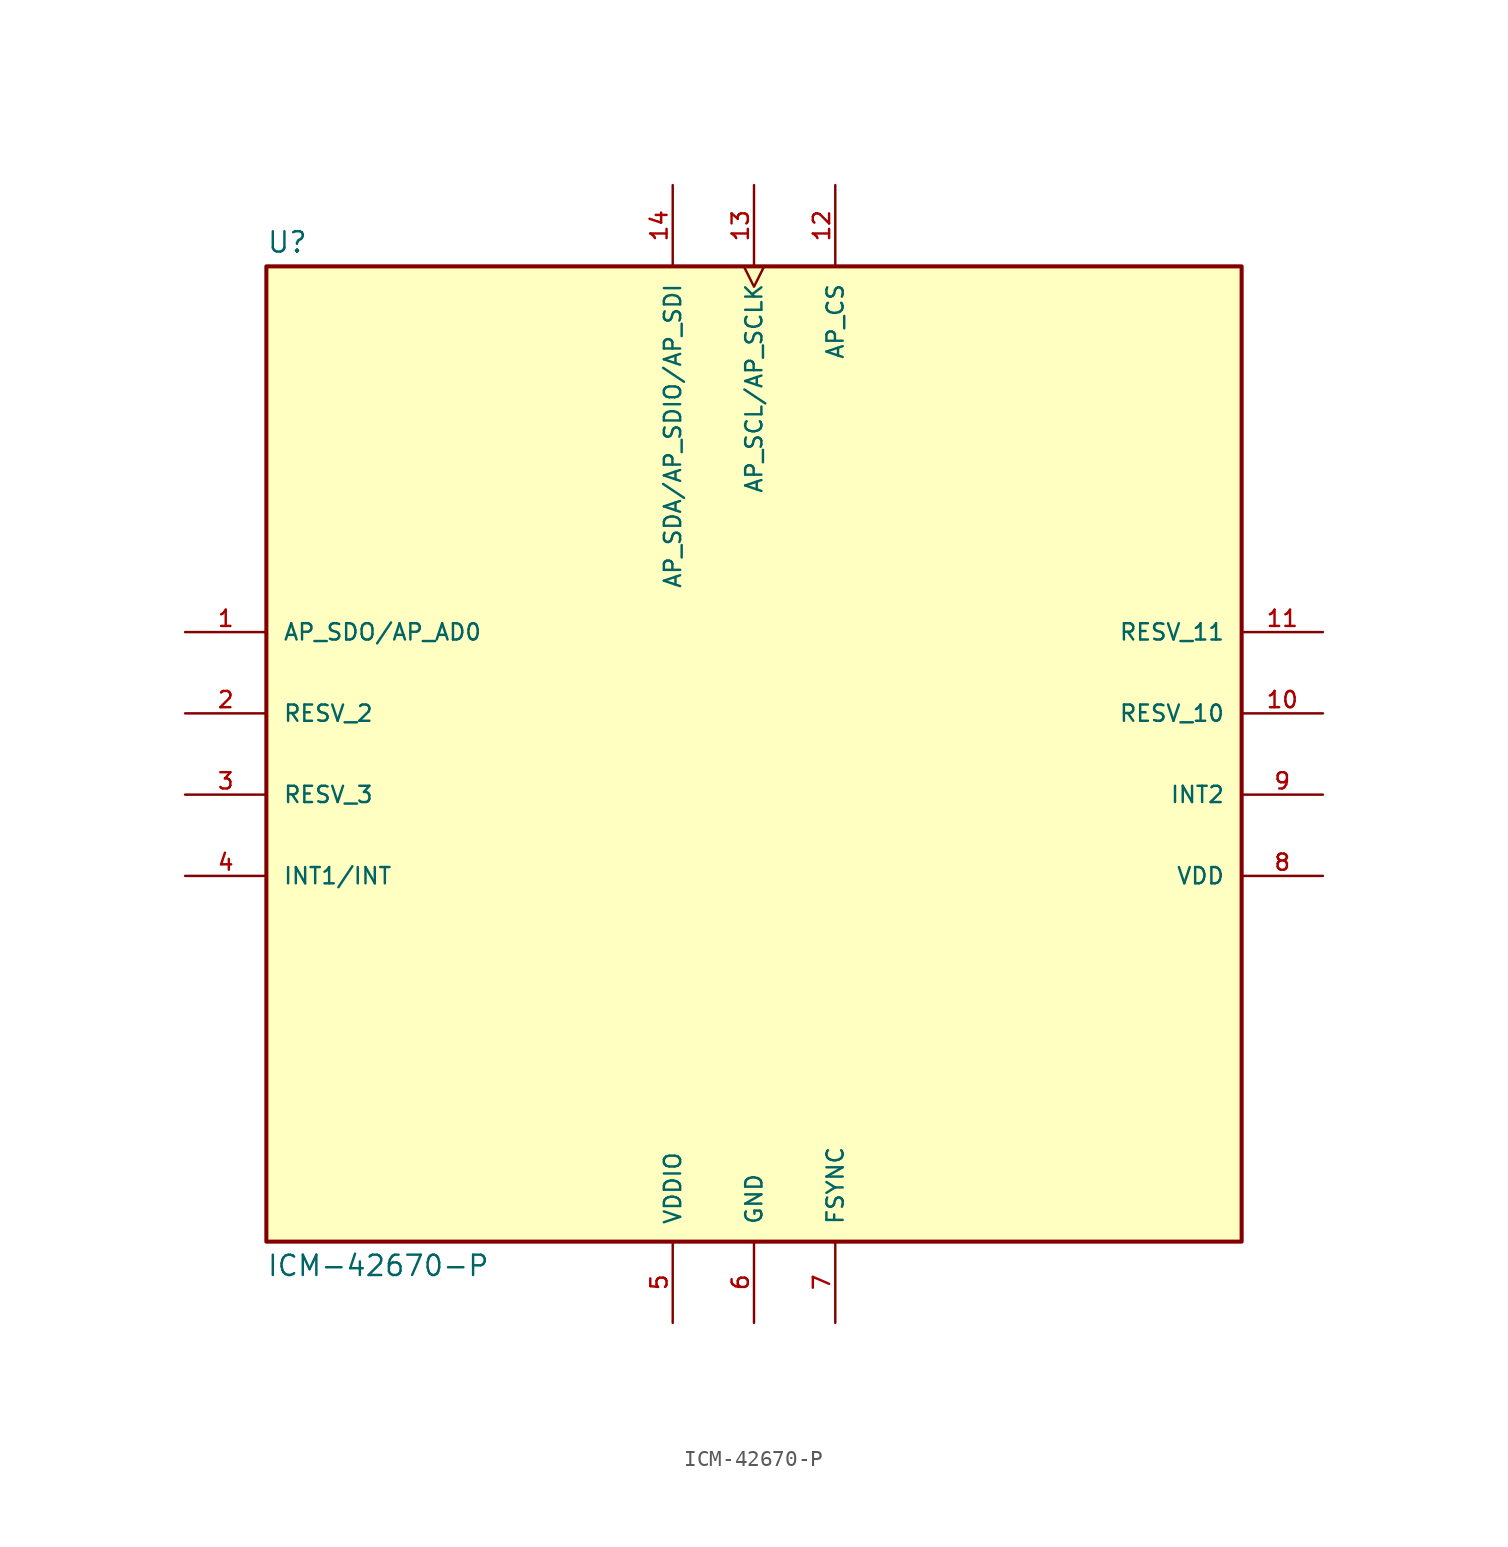
<source format=kicad_sym>
(kicad_symbol_lib
  (version 20211014)
  (generator kicad_symbol_editor)
  (symbol "ICM-42670-P"
    (pin_names
      (offset 1.016))
    (property "Reference" "U"
      (at -30.48 31.242 0)
      (effects (font (size 1.27 1.27)) (justify bottom left)))
    (property "Value" "ICM-42670-P"
      (at -30.48 -31.242 0)
      (effects (font (size 1.27 1.27)) (justify top left)))
    (symbol "ICM-42670-P_0_0"
      (rectangle (start -30.48 -30.48) (end 30.48 30.48) (stroke (width 0.254)) (fill (type background)))
      (pin bidirectional line (at -35.56 7.62 0) (length 5.08) (name "AP_SDO/AP_AD0" (effects (font (size 1.016 1.016)))) (number "1" (effects (font (size 1.016 1.016)))))
      (pin passive line (at -35.56 2.54 0) (length 5.08) (name "RESV_2" (effects (font (size 1.016 1.016)))) (number "2" (effects (font (size 1.016 1.016)))))
      (pin output line (at -35.56 -7.62 0) (length 5.08) (name "INT1/INT" (effects (font (size 1.016 1.016)))) (number "4" (effects (font (size 1.016 1.016)))))
      (pin power_in line (at -5.08 -35.56 90.0) (length 5.08) (name "VDDIO" (effects (font (size 1.016 1.016)))) (number "5" (effects (font (size 1.016 1.016)))))
      (pin power_in line (at 0.0 -35.56 90.0) (length 5.08) (name "GND" (effects (font (size 1.016 1.016)))) (number "6" (effects (font (size 1.016 1.016)))))
      (pin input line (at 5.08 -35.56 90.0) (length 5.08) (name "FSYNC" (effects (font (size 1.016 1.016)))) (number "7" (effects (font (size 1.016 1.016)))))
      (pin power_in line (at 35.56 -7.62 180.0) (length 5.08) (name "VDD" (effects (font (size 1.016 1.016)))) (number "8" (effects (font (size 1.016 1.016)))))
      (pin output line (at 35.56 -2.54 180.0) (length 5.08) (name "INT2" (effects (font (size 1.016 1.016)))) (number "9" (effects (font (size 1.016 1.016)))))
      (pin input line (at 5.08 35.56 270.0) (length 5.08) (name "AP_CS" (effects (font (size 1.016 1.016)))) (number "12" (effects (font (size 1.016 1.016)))))
      (pin input clock (at 0.0 35.56 270.0) (length 5.08) (name "AP_SCL/AP_SCLK" (effects (font (size 1.016 1.016)))) (number "13" (effects (font (size 1.016 1.016)))))
      (pin bidirectional line (at -5.08 35.56 270.0) (length 5.08) (name "AP_SDA/AP_SDIO/AP_SDI" (effects (font (size 1.016 1.016)))) (number "14" (effects (font (size 1.016 1.016)))))
      (pin passive line (at -35.56 -2.54 0) (length 5.08) (name "RESV_3" (effects (font (size 1.016 1.016)))) (number "3" (effects (font (size 1.016 1.016)))))
      (pin passive line (at 35.56 7.62 180.0) (length 5.08) (name "RESV_11" (effects (font (size 1.016 1.016)))) (number "11" (effects (font (size 1.016 1.016)))))
      (pin passive line (at 35.56 2.54 180.0) (length 5.08) (name "RESV_10" (effects (font (size 1.016 1.016)))) (number "10" (effects (font (size 1.016 1.016))))))))
</source>
